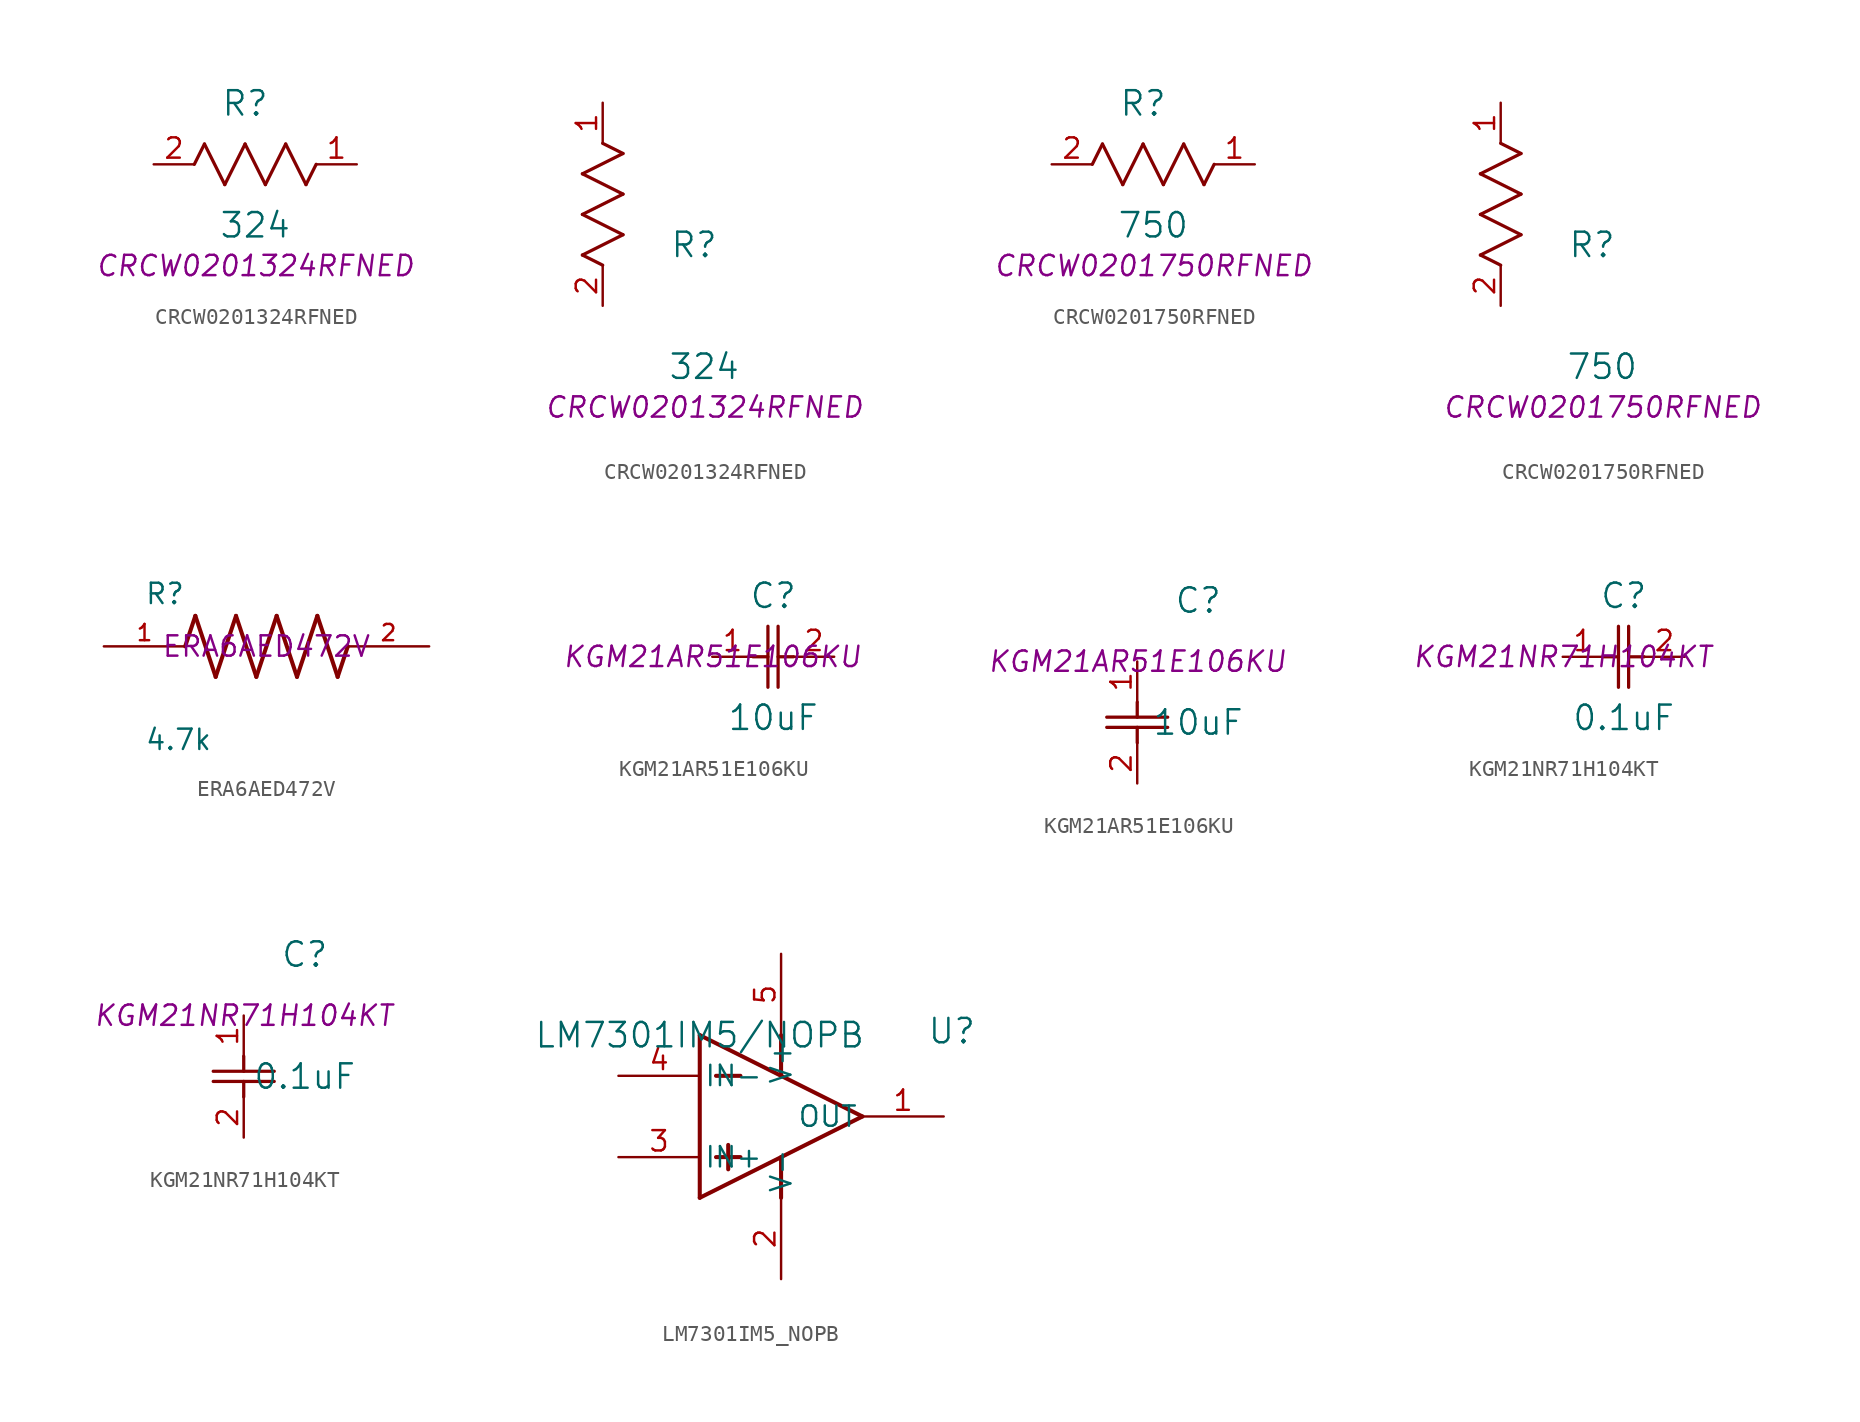
<source format=kicad_sym>
(kicad_symbol_lib
  (version 20231120)
  (generator "kicad_symbol_editor")
  (generator_version "8.0")
  (symbol "CRCW0201324RFNED"
    (pin_names
      (offset 0.254))
    (property "Reference" "R"
      (at 5.715 3.81 0)
      (effects (font (size 1.524 1.524))))
    (property "Value" "324"
      (at 6.35 -3.81 0)
      (effects (font (size 1.524 1.524))))
    (property "Datasheet" "CRCW0201324RFNED"
      (at 6.35 -6.35 0)
      (effects (font (size 1.27 1.27) (italic yes))))
    (symbol "CRCW0201324RFNED_1_1"
      (polyline (pts (xy 2.54 0) (xy 3.175 1.27)) (stroke (width 0.203) (type default)) (fill (type none)))
      (polyline (pts (xy 3.175 1.27) (xy 4.445 -1.27)) (stroke (width 0.203) (type default)) (fill (type none)))
      (polyline (pts (xy 4.445 -1.27) (xy 5.715 1.27)) (stroke (width 0.203) (type default)) (fill (type none)))
      (polyline (pts (xy 5.715 1.27) (xy 6.985 -1.27)) (stroke (width 0.203) (type default)) (fill (type none)))
      (polyline (pts (xy 6.985 -1.27) (xy 8.255 1.27)) (stroke (width 0.203) (type default)) (fill (type none)))
      (polyline (pts (xy 8.255 1.27) (xy 9.525 -1.27)) (stroke (width 0.203) (type default)) (fill (type none)))
      (polyline (pts (xy 9.525 -1.27) (xy 10.16 0)) (stroke (width 0.203) (type default)) (fill (type none)))
      (pin unspecified line (at 12.7 0 180) (length 2.54) (name "" (effects (font (size 1.27 1.27)))) (number "1" (effects (font (size 1.27 1.27)))))
      (pin unspecified line (at 0 0 0) (length 2.54) (name "" (effects (font (size 1.27 1.27)))) (number "2" (effects (font (size 1.27 1.27))))))
    (symbol "CRCW0201324RFNED_1_2"
      (polyline (pts (xy -1.27 3.175) (xy 1.27 4.445)) (stroke (width 0.203) (type default)) (fill (type none)))
      (polyline (pts (xy -1.27 5.715) (xy 1.27 6.985)) (stroke (width 0.203) (type default)) (fill (type none)))
      (polyline (pts (xy -1.27 8.255) (xy 1.27 9.525)) (stroke (width 0.203) (type default)) (fill (type none)))
      (polyline (pts (xy 0 2.54) (xy -1.27 3.175)) (stroke (width 0.203) (type default)) (fill (type none)))
      (polyline (pts (xy 1.27 4.445) (xy -1.27 5.715)) (stroke (width 0.203) (type default)) (fill (type none)))
      (polyline (pts (xy 1.27 6.985) (xy -1.27 8.255)) (stroke (width 0.203) (type default)) (fill (type none)))
      (polyline (pts (xy 1.27 9.525) (xy 0 10.16)) (stroke (width 0.203) (type default)) (fill (type none)))
      (pin unspecified line (at 0 12.7 270) (length 2.54) (name "" (effects (font (size 1.27 1.27)))) (number "1" (effects (font (size 1.27 1.27)))))
      (pin unspecified line (at 0 0 90) (length 2.54) (name "" (effects (font (size 1.27 1.27)))) (number "2" (effects (font (size 1.27 1.27)))))))
  (symbol "CRCW0201750RFNED"
    (pin_names
      (offset 0.254))
    (property "Reference" "R"
      (at 5.715 3.81 0)
      (effects (font (size 1.524 1.524))))
    (property "Value" "750"
      (at 6.35 -3.81 0)
      (effects (font (size 1.524 1.524))))
    (property "Datasheet" "CRCW0201750RFNED"
      (at 6.35 -6.35 0)
      (effects (font (size 1.27 1.27) (italic yes))))
    (symbol "CRCW0201750RFNED_1_1"
      (polyline (pts (xy 2.54 0) (xy 3.175 1.27)) (stroke (width 0.203) (type default)) (fill (type none)))
      (polyline (pts (xy 3.175 1.27) (xy 4.445 -1.27)) (stroke (width 0.203) (type default)) (fill (type none)))
      (polyline (pts (xy 4.445 -1.27) (xy 5.715 1.27)) (stroke (width 0.203) (type default)) (fill (type none)))
      (polyline (pts (xy 5.715 1.27) (xy 6.985 -1.27)) (stroke (width 0.203) (type default)) (fill (type none)))
      (polyline (pts (xy 6.985 -1.27) (xy 8.255 1.27)) (stroke (width 0.203) (type default)) (fill (type none)))
      (polyline (pts (xy 8.255 1.27) (xy 9.525 -1.27)) (stroke (width 0.203) (type default)) (fill (type none)))
      (polyline (pts (xy 9.525 -1.27) (xy 10.16 0)) (stroke (width 0.203) (type default)) (fill (type none)))
      (pin unspecified line (at 12.7 0 180) (length 2.54) (name "" (effects (font (size 1.27 1.27)))) (number "1" (effects (font (size 1.27 1.27)))))
      (pin unspecified line (at 0 0 0) (length 2.54) (name "" (effects (font (size 1.27 1.27)))) (number "2" (effects (font (size 1.27 1.27))))))
    (symbol "CRCW0201750RFNED_1_2"
      (polyline (pts (xy -1.27 3.175) (xy 1.27 4.445)) (stroke (width 0.203) (type default)) (fill (type none)))
      (polyline (pts (xy -1.27 5.715) (xy 1.27 6.985)) (stroke (width 0.203) (type default)) (fill (type none)))
      (polyline (pts (xy -1.27 8.255) (xy 1.27 9.525)) (stroke (width 0.203) (type default)) (fill (type none)))
      (polyline (pts (xy 0 2.54) (xy -1.27 3.175)) (stroke (width 0.203) (type default)) (fill (type none)))
      (polyline (pts (xy 1.27 4.445) (xy -1.27 5.715)) (stroke (width 0.203) (type default)) (fill (type none)))
      (polyline (pts (xy 1.27 6.985) (xy -1.27 8.255)) (stroke (width 0.203) (type default)) (fill (type none)))
      (polyline (pts (xy 1.27 9.525) (xy 0 10.16)) (stroke (width 0.203) (type default)) (fill (type none)))
      (pin unspecified line (at 0 12.7 270) (length 2.54) (name "" (effects (font (size 1.27 1.27)))) (number "1" (effects (font (size 1.27 1.27)))))
      (pin unspecified line (at 0 0 90) (length 2.54) (name "" (effects (font (size 1.27 1.27)))) (number "2" (effects (font (size 1.27 1.27)))))))
  (symbol "ERA6AED472V"
    (pin_names
      (offset 1.016))
    (property "Reference" "R"
      (at -7.624 2.541 0)
      (effects (font (size 1.27 1.27)) (justify left bottom)))
    (property "Value" "4.7k"
      (at -7.624 -5.087 0)
      (effects (font (size 1.27 1.27)) (justify left top)))
    (property "Datasheet" "ERA6AED472V"
      (at 0 0 0)
      (effects (font (size 1.27 1.27))))
    (symbol "ERA6AED472V_0_0"
      (polyline (pts (xy -5.08 0) (xy -4.445 1.905)) (stroke (width 0.254) (type default)) (fill (type none)))
      (polyline (pts (xy -4.445 1.905) (xy -3.175 -1.905)) (stroke (width 0.254) (type default)) (fill (type none)))
      (polyline (pts (xy -3.175 -1.905) (xy -1.905 1.905)) (stroke (width 0.254) (type default)) (fill (type none)))
      (polyline (pts (xy -1.905 1.905) (xy -0.635 -1.905)) (stroke (width 0.254) (type default)) (fill (type none)))
      (polyline (pts (xy -0.635 -1.905) (xy 0.635 1.905)) (stroke (width 0.254) (type default)) (fill (type none)))
      (polyline (pts (xy 0.635 1.905) (xy 1.905 -1.905)) (stroke (width 0.254) (type default)) (fill (type none)))
      (polyline (pts (xy 1.905 -1.905) (xy 3.175 1.905)) (stroke (width 0.254) (type default)) (fill (type none)))
      (polyline (pts (xy 3.175 1.905) (xy 4.445 -1.905)) (stroke (width 0.254) (type default)) (fill (type none)))
      (polyline (pts (xy 4.445 -1.905) (xy 5.08 0)) (stroke (width 0.254) (type default)) (fill (type none)))
      (pin passive line (at -10.16 0 0) (length 5.08) (name "~" (effects (font (size 1.016 1.016)))) (number "1" (effects (font (size 1.016 1.016)))))
      (pin passive line (at 10.16 0 180) (length 5.08) (name "~" (effects (font (size 1.016 1.016)))) (number "2" (effects (font (size 1.016 1.016)))))))
  (symbol "KGM21AR51E106KU"
    (pin_names
      (offset 0.254))
    (property "Reference" "C"
      (at 3.81 3.81 0)
      (effects (font (size 1.524 1.524))))
    (property "Value" "10uF"
      (at 3.81 -3.81 0)
      (effects (font (size 1.524 1.524))))
    (property "Datasheet" "KGM21AR51E106KU"
      (at 0 0 0)
      (effects (font (size 1.27 1.27) (italic yes))))
    (symbol "KGM21AR51E106KU_1_1"
      (polyline (pts (xy 2.54 0) (xy 3.48 0)) (stroke (width 0.203) (type default)) (fill (type none)))
      (polyline (pts (xy 3.48 -1.905) (xy 3.48 1.905)) (stroke (width 0.203) (type default)) (fill (type none)))
      (polyline (pts (xy 4.115 -1.905) (xy 4.115 1.905)) (stroke (width 0.203) (type default)) (fill (type none)))
      (polyline (pts (xy 4.115 0) (xy 5.08 0)) (stroke (width 0.203) (type default)) (fill (type none)))
      (pin unspecified line (at 0 0 0) (length 2.54) (name "" (effects (font (size 1.27 1.27)))) (number "1" (effects (font (size 1.27 1.27)))))
      (pin unspecified line (at 7.62 0 180) (length 2.54) (name "" (effects (font (size 1.27 1.27)))) (number "2" (effects (font (size 1.27 1.27))))))
    (symbol "KGM21AR51E106KU_1_2"
      (polyline (pts (xy -1.905 -4.115) (xy 1.905 -4.115)) (stroke (width 0.203) (type default)) (fill (type none)))
      (polyline (pts (xy -1.905 -3.48) (xy 1.905 -3.48)) (stroke (width 0.203) (type default)) (fill (type none)))
      (polyline (pts (xy 0 -4.115) (xy 0 -5.08)) (stroke (width 0.203) (type default)) (fill (type none)))
      (polyline (pts (xy 0 -2.54) (xy 0 -3.48)) (stroke (width 0.203) (type default)) (fill (type none)))
      (pin unspecified line (at 0 0 270) (length 2.54) (name "" (effects (font (size 1.27 1.27)))) (number "1" (effects (font (size 1.27 1.27)))))
      (pin unspecified line (at 0 -7.62 90) (length 2.54) (name "" (effects (font (size 1.27 1.27)))) (number "2" (effects (font (size 1.27 1.27)))))))
  (symbol "KGM21NR71H104KT"
    (pin_names
      (offset 0.254))
    (property "Reference" "C"
      (at 3.81 3.81 0)
      (effects (font (size 1.524 1.524))))
    (property "Value" "0.1uF"
      (at 3.81 -3.81 0)
      (effects (font (size 1.524 1.524))))
    (property "Datasheet" "KGM21NR71H104KT"
      (at 0 0 0)
      (effects (font (size 1.27 1.27) (italic yes))))
    (symbol "KGM21NR71H104KT_1_1"
      (polyline (pts (xy 2.54 0) (xy 3.48 0)) (stroke (width 0.203) (type default)) (fill (type none)))
      (polyline (pts (xy 3.48 -1.905) (xy 3.48 1.905)) (stroke (width 0.203) (type default)) (fill (type none)))
      (polyline (pts (xy 4.115 -1.905) (xy 4.115 1.905)) (stroke (width 0.203) (type default)) (fill (type none)))
      (polyline (pts (xy 4.115 0) (xy 5.08 0)) (stroke (width 0.203) (type default)) (fill (type none)))
      (pin unspecified line (at 0 0 0) (length 2.54) (name "" (effects (font (size 1.27 1.27)))) (number "1" (effects (font (size 1.27 1.27)))))
      (pin unspecified line (at 7.62 0 180) (length 2.54) (name "" (effects (font (size 1.27 1.27)))) (number "2" (effects (font (size 1.27 1.27))))))
    (symbol "KGM21NR71H104KT_1_2"
      (polyline (pts (xy -1.905 -4.115) (xy 1.905 -4.115)) (stroke (width 0.203) (type default)) (fill (type none)))
      (polyline (pts (xy -1.905 -3.48) (xy 1.905 -3.48)) (stroke (width 0.203) (type default)) (fill (type none)))
      (polyline (pts (xy 0 -4.115) (xy 0 -5.08)) (stroke (width 0.203) (type default)) (fill (type none)))
      (polyline (pts (xy 0 -2.54) (xy 0 -3.48)) (stroke (width 0.203) (type default)) (fill (type none)))
      (pin unspecified line (at 0 0 270) (length 2.54) (name "" (effects (font (size 1.27 1.27)))) (number "1" (effects (font (size 1.27 1.27)))))
      (pin unspecified line (at 0 -7.62 90) (length 2.54) (name "" (effects (font (size 1.27 1.27)))) (number "2" (effects (font (size 1.27 1.27)))))))
  (symbol "LM7301IM5_NOPB"
    (pin_names
      (offset 0.254))
    (property "Reference" "U"
      (at 15.748 0.254 0)
      (effects (font (size 1.524 1.524))))
    (property "Value" "LM7301IM5/NOPB"
      (at 0 0 0)
      (effects (font (size 1.524 1.524))))
    (symbol "LM7301IM5_NOPB_0_1"
      (polyline (pts (xy 0 -10.16) (xy 10.16 -5.08)) (stroke (width 0.254) (type default)) (fill (type none)))
      (polyline (pts (xy 0 0) (xy 0 -10.16)) (stroke (width 0.254) (type default)) (fill (type none)))
      (polyline (pts (xy 0 0) (xy 10.16 -5.08)) (stroke (width 0.254) (type default)) (fill (type none)))
      (polyline (pts (xy 1.016 -7.62) (xy 2.54 -7.62)) (stroke (width 0.254) (type default)) (fill (type none)))
      (polyline (pts (xy 1.016 -2.54) (xy 2.54 -2.54)) (stroke (width 0.254) (type default)) (fill (type none)))
      (polyline (pts (xy 1.778 -6.858) (xy 1.778 -8.382)) (stroke (width 0.254) (type default)) (fill (type none)))
      (polyline (pts (xy 5.08 -7.62) (xy 5.08 -10.16)) (stroke (width 0.254) (type default)) (fill (type none)))
      (polyline (pts (xy 5.08 0) (xy 5.08 -2.54)) (stroke (width 0.254) (type default)) (fill (type none)))
      (pin output line (at 15.24 -5.08 180) (length 5.08) (name "OUT" (effects (font (size 1.27 1.27)))) (number "1" (effects (font (size 1.27 1.27)))))
      (pin power_in line (at 5.08 -15.24 90) (length 5.08) (name "V-" (effects (font (size 1.27 1.27)))) (number "2" (effects (font (size 1.27 1.27)))))
      (pin input line (at -5.08 -7.62 0) (length 5.08) (name "IN+" (effects (font (size 1.27 1.27)))) (number "3" (effects (font (size 1.27 1.27)))))
      (pin input line (at -5.08 -2.54 0) (length 5.08) (name "IN-" (effects (font (size 1.27 1.27)))) (number "4" (effects (font (size 1.27 1.27)))))
      (pin power_in line (at 5.08 5.08 270) (length 5.08) (name "V+" (effects (font (size 1.27 1.27)))) (number "5" (effects (font (size 1.27 1.27))))))))
</source>
